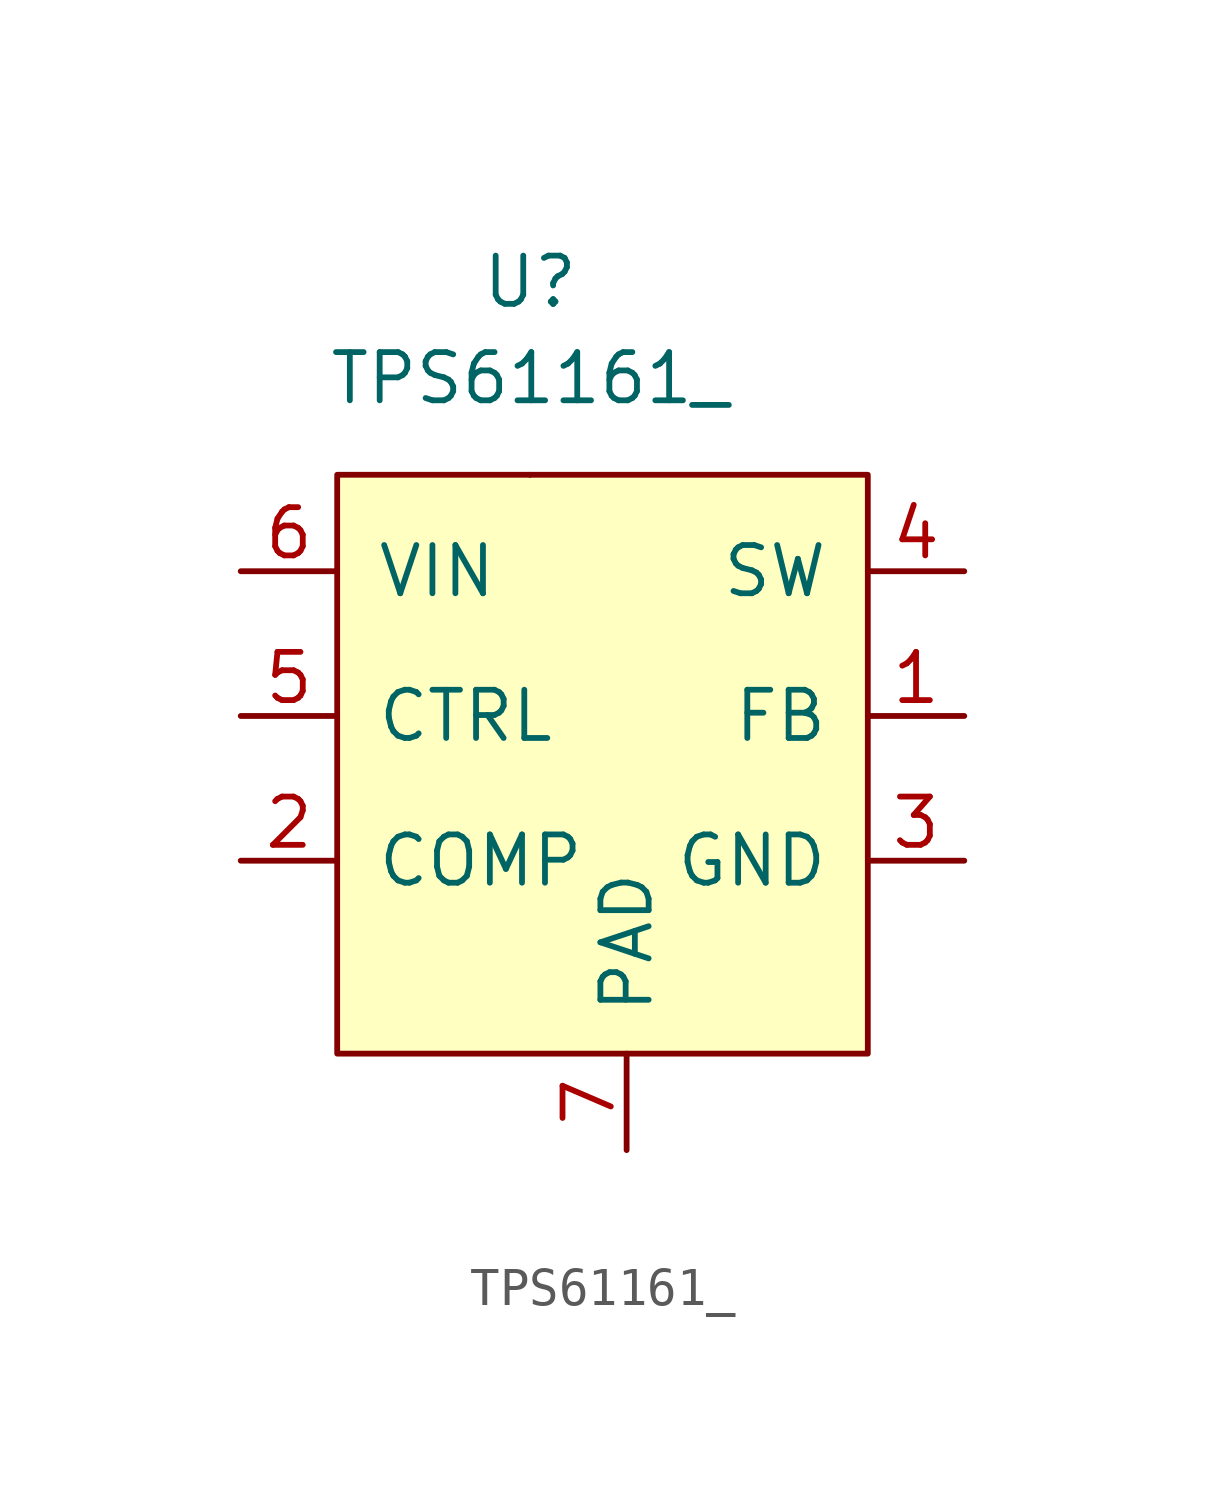
<source format=kicad_sym>
(kicad_symbol_lib
  (version 20220914)
  (generator kicad_symbol_editor)
  (symbol "TPS61161_"
    (pin_names
      (offset 1.016))
    (property "Reference" "U"
      (at 0 11.43 0)
      (effects (font (size 1.27 1.27))))
    (property "Value" "TPS61161_"
      (at 0 8.89 0)
      (effects (font (size 1.27 1.27))))
    (symbol "TPS61161__0_1"
      (rectangle (start -5.08 6.35) (end 8.89 -8.89) (stroke (width 0) (type default)) (fill (type background)))
      (rectangle (start 0 6.35) (end 0 6.35) (stroke (width 0) (type default)) (fill (type none))))
    (symbol "TPS61161__1_1"
      (pin input line (at 11.43 0 180) (length 2.54) (name "FB" (effects (font (size 1.27 1.27)))) (number "1" (effects (font (size 1.27 1.27)))))
      (pin output line (at -7.62 -3.81 0) (length 2.54) (name "COMP" (effects (font (size 1.27 1.27)))) (number "2" (effects (font (size 1.27 1.27)))))
      (pin output line (at 11.43 -3.81 180) (length 2.54) (name "GND" (effects (font (size 1.27 1.27)))) (number "3" (effects (font (size 1.27 1.27)))))
      (pin input line (at 11.43 3.81 180) (length 2.54) (name "SW" (effects (font (size 1.27 1.27)))) (number "4" (effects (font (size 1.27 1.27)))))
      (pin input line (at -7.62 0 0) (length 2.54) (name "CTRL" (effects (font (size 1.27 1.27)))) (number "5" (effects (font (size 1.27 1.27)))))
      (pin input line (at -7.62 3.81 0) (length 2.54) (name "VIN" (effects (font (size 1.27 1.27)))) (number "6" (effects (font (size 1.27 1.27)))))
      (pin input line (at 2.54 -11.43 90) (length 2.54) (name "PAD" (effects (font (size 1.27 1.27)))) (number "7" (effects (font (size 1.27 1.27))))))))
</source>
